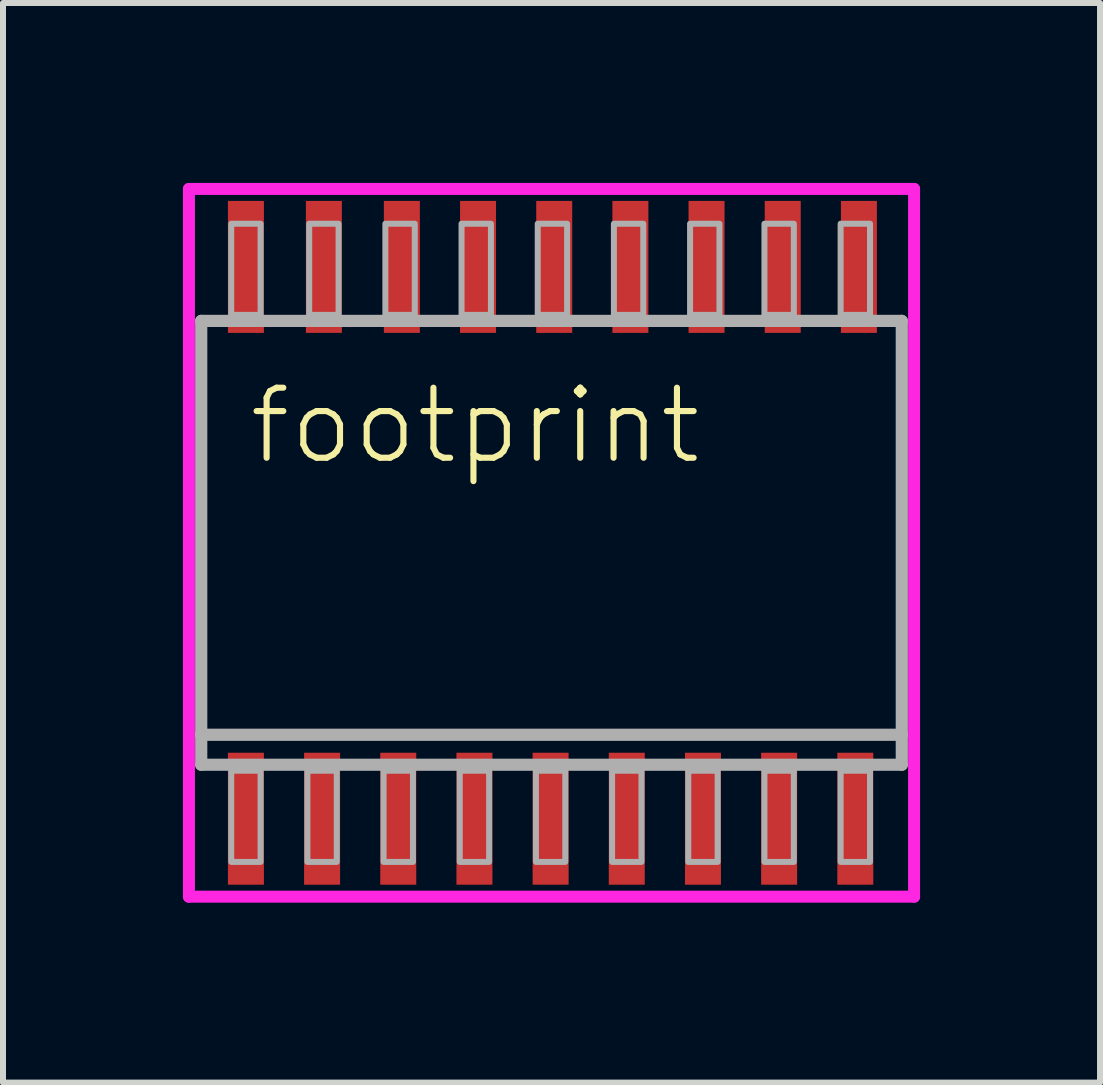
<source format=kicad_pcb>
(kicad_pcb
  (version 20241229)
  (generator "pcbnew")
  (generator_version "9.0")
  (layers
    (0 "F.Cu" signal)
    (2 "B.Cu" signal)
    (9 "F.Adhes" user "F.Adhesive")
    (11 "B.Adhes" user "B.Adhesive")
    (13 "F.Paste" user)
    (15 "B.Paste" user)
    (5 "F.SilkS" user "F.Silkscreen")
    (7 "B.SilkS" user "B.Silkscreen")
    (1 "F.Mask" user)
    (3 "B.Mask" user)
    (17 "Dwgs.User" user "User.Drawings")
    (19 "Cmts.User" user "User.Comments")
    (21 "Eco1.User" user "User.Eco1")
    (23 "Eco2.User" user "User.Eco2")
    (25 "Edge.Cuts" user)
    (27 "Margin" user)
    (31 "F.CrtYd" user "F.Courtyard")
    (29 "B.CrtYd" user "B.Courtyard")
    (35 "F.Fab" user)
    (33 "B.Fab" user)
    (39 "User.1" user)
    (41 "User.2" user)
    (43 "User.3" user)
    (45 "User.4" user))
  (footprint "footprint"
    (layer "F.Cu")
    (at 5.495 6)
    (property "Reference" "footprint" (at -4.445 -1.27 0) (layer "F.SilkS") (effects (font (size 1.168 1.168) (thickness 0.102)) (justify left bottom)))
    (fp_line (start -5.395 -5.9) (end 6.695 -5.9) (stroke (width 0.2) (type solid)) (layer "F.CrtYd"))
    (fp_line (start -5.395 5.9) (end -5.395 -5.9) (stroke (width 0.2) (type solid)) (layer "F.CrtYd"))
    (fp_line (start 6.695 -5.9) (end 6.695 5.9) (stroke (width 0.2) (type solid)) (layer "F.CrtYd"))
    (fp_line (start 6.695 5.9) (end -5.395 5.9) (stroke (width 0.2) (type solid)) (layer "F.CrtYd"))
    (fp_line (start -5.19 -3.7) (end 6.49 -3.7) (stroke (width 0.203) (type solid)) (layer "F.Fab"))
    (fp_line (start -5.19 3.2) (end -5.19 -3.7) (stroke (width 0.203) (type solid)) (layer "F.Fab"))
    (fp_line (start -5.19 3.7) (end -5.19 3.2) (stroke (width 0.203) (type solid)) (layer "F.Fab"))
    (fp_line (start 6.49 -3.7) (end 6.49 3.2) (stroke (width 0.203) (type solid)) (layer "F.Fab"))
    (fp_line (start 6.49 3.2) (end -5.19 3.2) (stroke (width 0.203) (type solid)) (layer "F.Fab"))
    (fp_line (start 6.49 3.2) (end 6.49 3.7) (stroke (width 0.203) (type solid)) (layer "F.Fab"))
    (fp_line (start 6.49 3.7) (end -5.19 3.7) (stroke (width 0.203) (type solid)) (layer "F.Fab"))
    (fp_poly (pts (xy -4.69 -3.8) (xy -4.2 -3.8) (xy -4.2 -5.32) (xy -4.69 -5.32)) (stroke (width 0.1) (type solid)) (fill no) (layer "F.Fab"))
    (fp_poly (pts (xy -4.69 5.32) (xy -4.2 5.32) (xy -4.2 3.8) (xy -4.69 3.8)) (stroke (width 0.1) (type solid)) (fill no) (layer "F.Fab"))
    (fp_poly (pts (xy -3.42 5.32) (xy -2.93 5.32) (xy -2.93 3.8) (xy -3.42 3.8)) (stroke (width 0.1) (type solid)) (fill no) (layer "F.Fab"))
    (fp_poly (pts (xy -3.39 -3.8) (xy -2.9 -3.8) (xy -2.9 -5.32) (xy -3.39 -5.32)) (stroke (width 0.1) (type solid)) (fill no) (layer "F.Fab"))
    (fp_poly (pts (xy -2.15 5.32) (xy -1.66 5.32) (xy -1.66 3.8) (xy -2.15 3.8)) (stroke (width 0.1) (type solid)) (fill no) (layer "F.Fab"))
    (fp_poly (pts (xy -2.12 -3.8) (xy -1.63 -3.8) (xy -1.63 -5.32) (xy -2.12 -5.32)) (stroke (width 0.1) (type solid)) (fill no) (layer "F.Fab"))
    (fp_poly (pts (xy -0.88 5.32) (xy -0.39 5.32) (xy -0.39 3.8) (xy -0.88 3.8)) (stroke (width 0.1) (type solid)) (fill no) (layer "F.Fab"))
    (fp_poly (pts (xy -0.85 -3.8) (xy -0.36 -3.8) (xy -0.36 -5.32) (xy -0.85 -5.32)) (stroke (width 0.1) (type solid)) (fill no) (layer "F.Fab"))
    (fp_poly (pts (xy 0.39 5.32) (xy 0.88 5.32) (xy 0.88 3.8) (xy 0.39 3.8)) (stroke (width 0.1) (type solid)) (fill no) (layer "F.Fab"))
    (fp_poly (pts (xy 0.42 -3.8) (xy 0.91 -3.8) (xy 0.91 -5.32) (xy 0.42 -5.32)) (stroke (width 0.1) (type solid)) (fill no) (layer "F.Fab"))
    (fp_poly (pts (xy 1.66 5.32) (xy 2.15 5.32) (xy 2.15 3.8) (xy 1.66 3.8)) (stroke (width 0.1) (type solid)) (fill no) (layer "F.Fab"))
    (fp_poly (pts (xy 1.69 -3.8) (xy 2.18 -3.8) (xy 2.18 -5.32) (xy 1.69 -5.32)) (stroke (width 0.1) (type solid)) (fill no) (layer "F.Fab"))
    (fp_poly (pts (xy 2.93 5.32) (xy 3.42 5.32) (xy 3.42 3.8) (xy 2.93 3.8)) (stroke (width 0.1) (type solid)) (fill no) (layer "F.Fab"))
    (fp_poly (pts (xy 2.96 -3.8) (xy 3.45 -3.8) (xy 3.45 -5.32) (xy 2.96 -5.32)) (stroke (width 0.1) (type solid)) (fill no) (layer "F.Fab"))
    (fp_poly (pts (xy 4.2 -3.8) (xy 4.69 -3.8) (xy 4.69 -5.32) (xy 4.2 -5.32)) (stroke (width 0.1) (type solid)) (fill no) (layer "F.Fab"))
    (fp_poly (pts (xy 4.2 5.32) (xy 4.69 5.32) (xy 4.69 3.8) (xy 4.2 3.8)) (stroke (width 0.1) (type solid)) (fill no) (layer "F.Fab"))
    (fp_poly (pts (xy 5.47 -3.8) (xy 5.96 -3.8) (xy 5.96 -5.32) (xy 5.47 -5.32)) (stroke (width 0.1) (type solid)) (fill no) (layer "F.Fab"))
    (fp_poly (pts (xy 5.47 5.32) (xy 5.96 5.32) (xy 5.96 3.8) (xy 5.47 3.8)) (stroke (width 0.1) (type solid)) (fill no) (layer "F.Fab"))
    (pad "1" smd rect (at -4.445 4.6) (size 0.6 2.2) (layers "F.Cu" "F.Mask" "F.Paste"))
    (pad "2" smd rect (at -3.175 4.6) (size 0.6 2.2) (layers "F.Cu" "F.Mask" "F.Paste"))
    (pad "3" smd rect (at -1.905 4.6) (size 0.6 2.2) (layers "F.Cu" "F.Mask" "F.Paste"))
    (pad "4" smd rect (at -0.635 4.6) (size 0.6 2.2) (layers "F.Cu" "F.Mask" "F.Paste"))
    (pad "5" smd rect (at 0.635 4.6) (size 0.6 2.2) (layers "F.Cu" "F.Mask" "F.Paste"))
    (pad "6" smd rect (at 1.905 4.6) (size 0.6 2.2) (layers "F.Cu" "F.Mask" "F.Paste"))
    (pad "7" smd rect (at 3.175 4.6) (size 0.6 2.2) (layers "F.Cu" "F.Mask" "F.Paste"))
    (pad "8" smd rect (at 4.445 4.6) (size 0.6 2.2) (layers "F.Cu" "F.Mask" "F.Paste"))
    (pad "9" smd rect (at 5.715 4.6) (size 0.6 2.2) (layers "F.Cu" "F.Mask" "F.Paste"))
    (pad "10" smd rect (at 5.775 -4.6) (size 0.6 2.2) (layers "F.Cu" "F.Mask" "F.Paste"))
    (pad "11" smd rect (at 4.505 -4.6) (size 0.6 2.2) (layers "F.Cu" "F.Mask" "F.Paste"))
    (pad "12" smd rect (at 3.235 -4.6) (size 0.6 2.2) (layers "F.Cu" "F.Mask" "F.Paste"))
    (pad "13" smd rect (at 1.965 -4.6) (size 0.6 2.2) (layers "F.Cu" "F.Mask" "F.Paste"))
    (pad "14" smd rect (at 0.695 -4.6) (size 0.6 2.2) (layers "F.Cu" "F.Mask" "F.Paste"))
    (pad "15" smd rect (at -0.575 -4.6) (size 0.6 2.2) (layers "F.Cu" "F.Mask" "F.Paste"))
    (pad "16" smd rect (at -1.845 -4.6) (size 0.6 2.2) (layers "F.Cu" "F.Mask" "F.Paste"))
    (pad "17" smd rect (at -3.145 -4.6) (size 0.6 2.2) (layers "F.Cu" "F.Mask" "F.Paste"))
    (pad "18" smd rect (at -4.445 -4.6) (size 0.6 2.2) (layers "F.Cu" "F.Mask" "F.Paste")))
  (gr_rect
    (start -3 -3)
    (end 15.29 15)
    (stroke (width 0.1) (type default))
    (fill no)
    (layer "Edge.Cuts")))
</source>
